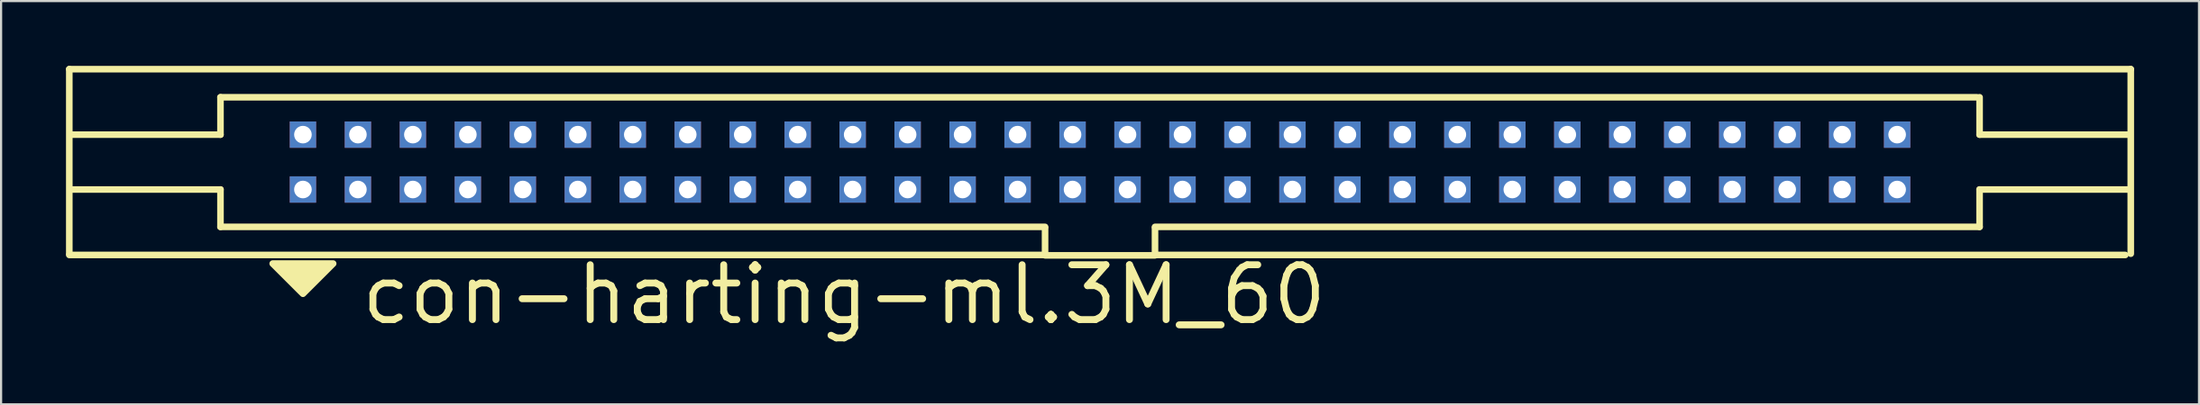
<source format=kicad_pcb>
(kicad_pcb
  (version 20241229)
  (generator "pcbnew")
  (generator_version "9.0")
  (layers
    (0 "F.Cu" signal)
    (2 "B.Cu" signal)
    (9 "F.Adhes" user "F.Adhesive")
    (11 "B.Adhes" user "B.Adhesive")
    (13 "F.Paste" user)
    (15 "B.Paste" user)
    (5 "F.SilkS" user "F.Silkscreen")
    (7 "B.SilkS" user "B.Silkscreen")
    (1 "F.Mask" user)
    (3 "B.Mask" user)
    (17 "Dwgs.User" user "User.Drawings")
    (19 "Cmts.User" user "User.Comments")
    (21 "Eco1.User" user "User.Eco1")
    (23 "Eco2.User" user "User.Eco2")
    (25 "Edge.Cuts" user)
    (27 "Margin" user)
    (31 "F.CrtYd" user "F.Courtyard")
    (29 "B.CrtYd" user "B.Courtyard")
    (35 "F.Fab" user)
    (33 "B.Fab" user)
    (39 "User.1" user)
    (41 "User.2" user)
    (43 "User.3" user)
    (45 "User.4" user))
  (footprint "con-harting-ml.3M_60"
    (layer "F.Cu")
    (at 47.777 4.452)
    (property "Reference" "con-harting-ml.3M_60" (at -34.29 7.62 0) (layer "F.SilkS") (effects (font (size 2.54 2.54) (thickness 0.32)) (justify left bottom)))
    (attr through_hole)
    (fp_line (start -47.625 -4.3) (end -47.625 4.242) (stroke (width 0.305) (type default)) (layer "F.SilkS"))
    (fp_line (start -47.625 4.3) (end -2.54 4.3) (stroke (width 0.305) (type default)) (layer "F.SilkS"))
    (fp_line (start -40.64 -1.27) (end -47.498 -1.27) (stroke (width 0.305) (type default)) (layer "F.SilkS"))
    (fp_line (start -40.64 -1.27) (end -40.64 -3) (stroke (width 0.305) (type default)) (layer "F.SilkS"))
    (fp_line (start -40.64 1.27) (end -47.498 1.27) (stroke (width 0.305) (type default)) (layer "F.SilkS"))
    (fp_line (start -40.64 3) (end -40.64 1.27) (stroke (width 0.305) (type default)) (layer "F.SilkS"))
    (fp_line (start -2.54 3) (end -40.64 3) (stroke (width 0.305) (type default)) (layer "F.SilkS"))
    (fp_line (start -2.54 4.3) (end -2.54 3.048) (stroke (width 0.305) (type default)) (layer "F.SilkS"))
    (fp_line (start -2.54 4.318) (end 2.54 4.318) (stroke (width 0.305) (type default)) (layer "F.SilkS"))
    (fp_line (start 2.54 3.048) (end 2.54 4.3) (stroke (width 0.305) (type default)) (layer "F.SilkS"))
    (fp_line (start 2.54 4.3) (end 47.371 4.3) (stroke (width 0.305) (type default)) (layer "F.SilkS"))
    (fp_line (start 40.513 -3) (end -40.64 -3) (stroke (width 0.305) (type default)) (layer "F.SilkS"))
    (fp_line (start 40.64 -1.27) (end 40.64 -3) (stroke (width 0.305) (type default)) (layer "F.SilkS"))
    (fp_line (start 40.64 -1.27) (end 47.498 -1.27) (stroke (width 0.305) (type default)) (layer "F.SilkS"))
    (fp_line (start 40.64 1.27) (end 47.498 1.27) (stroke (width 0.305) (type default)) (layer "F.SilkS"))
    (fp_line (start 40.64 3) (end 2.54 3) (stroke (width 0.305) (type default)) (layer "F.SilkS"))
    (fp_line (start 40.64 3) (end 40.64 1.27) (stroke (width 0.305) (type default)) (layer "F.SilkS"))
    (fp_line (start 47.625 -4.3) (end -47.625 -4.3) (stroke (width 0.305) (type default)) (layer "F.SilkS"))
    (fp_line (start 47.625 4.242) (end 47.625 -4.3) (stroke (width 0.305) (type default)) (layer "F.SilkS"))
    (fp_poly (pts (xy -38.227 4.699) (xy -35.433 4.699) (xy -36.83 6.096)) (stroke (width 0.305) (type default)) (fill yes) (layer "F.SilkS"))
    (pad "1" thru_hole rect (at -36.83 1.27) (size 1.219 1.219) (drill 0.813) (layers "*.Cu" "*.Mask"))
    (pad "2" thru_hole rect (at -36.83 -1.27) (size 1.219 1.219) (drill 0.813) (layers "*.Cu" "*.Mask"))
    (pad "3" thru_hole rect (at -34.29 1.27) (size 1.219 1.219) (drill 0.813) (layers "*.Cu" "*.Mask"))
    (pad "4" thru_hole rect (at -34.29 -1.27) (size 1.219 1.219) (drill 0.813) (layers "*.Cu" "*.Mask"))
    (pad "5" thru_hole rect (at -31.75 1.27) (size 1.219 1.219) (drill 0.813) (layers "*.Cu" "*.Mask"))
    (pad "6" thru_hole rect (at -31.75 -1.27) (size 1.219 1.219) (drill 0.813) (layers "*.Cu" "*.Mask"))
    (pad "7" thru_hole rect (at -29.21 1.27) (size 1.219 1.219) (drill 0.813) (layers "*.Cu" "*.Mask"))
    (pad "8" thru_hole rect (at -29.21 -1.27) (size 1.219 1.219) (drill 0.813) (layers "*.Cu" "*.Mask"))
    (pad "9" thru_hole rect (at -26.67 1.27) (size 1.219 1.219) (drill 0.813) (layers "*.Cu" "*.Mask"))
    (pad "10" thru_hole rect (at -26.67 -1.27) (size 1.219 1.219) (drill 0.813) (layers "*.Cu" "*.Mask"))
    (pad "11" thru_hole rect (at -24.13 1.27) (size 1.219 1.219) (drill 0.813) (layers "*.Cu" "*.Mask"))
    (pad "12" thru_hole rect (at -24.13 -1.27) (size 1.219 1.219) (drill 0.813) (layers "*.Cu" "*.Mask"))
    (pad "13" thru_hole rect (at -21.59 1.27) (size 1.219 1.219) (drill 0.813) (layers "*.Cu" "*.Mask"))
    (pad "14" thru_hole rect (at -21.59 -1.27) (size 1.219 1.219) (drill 0.813) (layers "*.Cu" "*.Mask"))
    (pad "15" thru_hole rect (at -19.05 1.27) (size 1.219 1.219) (drill 0.813) (layers "*.Cu" "*.Mask"))
    (pad "16" thru_hole rect (at -19.05 -1.27) (size 1.219 1.219) (drill 0.813) (layers "*.Cu" "*.Mask"))
    (pad "17" thru_hole rect (at -16.51 1.27) (size 1.219 1.219) (drill 0.813) (layers "*.Cu" "*.Mask"))
    (pad "18" thru_hole rect (at -16.51 -1.27) (size 1.219 1.219) (drill 0.813) (layers "*.Cu" "*.Mask"))
    (pad "19" thru_hole rect (at -13.97 1.27) (size 1.219 1.219) (drill 0.813) (layers "*.Cu" "*.Mask"))
    (pad "20" thru_hole rect (at -13.97 -1.27) (size 1.219 1.219) (drill 0.813) (layers "*.Cu" "*.Mask"))
    (pad "21" thru_hole rect (at -11.43 1.27) (size 1.219 1.219) (drill 0.813) (layers "*.Cu" "*.Mask"))
    (pad "22" thru_hole rect (at -11.43 -1.27) (size 1.219 1.219) (drill 0.813) (layers "*.Cu" "*.Mask"))
    (pad "23" thru_hole rect (at -8.89 1.27) (size 1.219 1.219) (drill 0.813) (layers "*.Cu" "*.Mask"))
    (pad "24" thru_hole rect (at -8.89 -1.27) (size 1.219 1.219) (drill 0.813) (layers "*.Cu" "*.Mask"))
    (pad "25" thru_hole rect (at -6.35 1.27) (size 1.219 1.219) (drill 0.813) (layers "*.Cu" "*.Mask"))
    (pad "26" thru_hole rect (at -6.35 -1.27) (size 1.219 1.219) (drill 0.813) (layers "*.Cu" "*.Mask"))
    (pad "27" thru_hole rect (at -3.81 1.27) (size 1.219 1.219) (drill 0.813) (layers "*.Cu" "*.Mask"))
    (pad "28" thru_hole rect (at -3.81 -1.27) (size 1.219 1.219) (drill 0.813) (layers "*.Cu" "*.Mask"))
    (pad "29" thru_hole rect (at -1.27 1.27) (size 1.219 1.219) (drill 0.813) (layers "*.Cu" "*.Mask"))
    (pad "30" thru_hole rect (at -1.27 -1.27) (size 1.219 1.219) (drill 0.813) (layers "*.Cu" "*.Mask"))
    (pad "31" thru_hole rect (at 1.27 1.27) (size 1.219 1.219) (drill 0.813) (layers "*.Cu" "*.Mask"))
    (pad "32" thru_hole rect (at 1.27 -1.27) (size 1.219 1.219) (drill 0.813) (layers "*.Cu" "*.Mask"))
    (pad "33" thru_hole rect (at 3.81 1.27) (size 1.219 1.219) (drill 0.813) (layers "*.Cu" "*.Mask"))
    (pad "34" thru_hole rect (at 3.81 -1.27) (size 1.219 1.219) (drill 0.813) (layers "*.Cu" "*.Mask"))
    (pad "35" thru_hole rect (at 6.35 1.27) (size 1.219 1.219) (drill 0.813) (layers "*.Cu" "*.Mask"))
    (pad "36" thru_hole rect (at 6.35 -1.27) (size 1.219 1.219) (drill 0.813) (layers "*.Cu" "*.Mask"))
    (pad "37" thru_hole rect (at 8.89 1.27) (size 1.219 1.219) (drill 0.813) (layers "*.Cu" "*.Mask"))
    (pad "38" thru_hole rect (at 8.89 -1.27) (size 1.219 1.219) (drill 0.813) (layers "*.Cu" "*.Mask"))
    (pad "39" thru_hole rect (at 11.43 1.27) (size 1.219 1.219) (drill 0.813) (layers "*.Cu" "*.Mask"))
    (pad "40" thru_hole rect (at 11.43 -1.27) (size 1.219 1.219) (drill 0.813) (layers "*.Cu" "*.Mask"))
    (pad "41" thru_hole rect (at 13.97 1.27) (size 1.219 1.219) (drill 0.813) (layers "*.Cu" "*.Mask"))
    (pad "42" thru_hole rect (at 13.97 -1.27) (size 1.219 1.219) (drill 0.813) (layers "*.Cu" "*.Mask"))
    (pad "43" thru_hole rect (at 16.51 1.27) (size 1.219 1.219) (drill 0.813) (layers "*.Cu" "*.Mask"))
    (pad "44" thru_hole rect (at 16.51 -1.27) (size 1.219 1.219) (drill 0.813) (layers "*.Cu" "*.Mask"))
    (pad "45" thru_hole rect (at 19.05 1.27) (size 1.219 1.219) (drill 0.813) (layers "*.Cu" "*.Mask"))
    (pad "46" thru_hole rect (at 19.05 -1.27) (size 1.219 1.219) (drill 0.813) (layers "*.Cu" "*.Mask"))
    (pad "47" thru_hole rect (at 21.59 1.27) (size 1.219 1.219) (drill 0.813) (layers "*.Cu" "*.Mask"))
    (pad "48" thru_hole rect (at 21.59 -1.27) (size 1.219 1.219) (drill 0.813) (layers "*.Cu" "*.Mask"))
    (pad "49" thru_hole rect (at 24.13 1.27) (size 1.219 1.219) (drill 0.813) (layers "*.Cu" "*.Mask"))
    (pad "50" thru_hole rect (at 24.13 -1.27) (size 1.219 1.219) (drill 0.813) (layers "*.Cu" "*.Mask"))
    (pad "51" thru_hole rect (at 26.67 1.27) (size 1.219 1.219) (drill 0.813) (layers "*.Cu" "*.Mask"))
    (pad "52" thru_hole rect (at 26.67 -1.27) (size 1.219 1.219) (drill 0.813) (layers "*.Cu" "*.Mask"))
    (pad "53" thru_hole rect (at 29.21 1.27) (size 1.219 1.219) (drill 0.813) (layers "*.Cu" "*.Mask"))
    (pad "54" thru_hole rect (at 29.21 -1.27) (size 1.219 1.219) (drill 0.813) (layers "*.Cu" "*.Mask"))
    (pad "55" thru_hole rect (at 31.75 1.27) (size 1.219 1.219) (drill 0.813) (layers "*.Cu" "*.Mask"))
    (pad "56" thru_hole rect (at 31.75 -1.27) (size 1.219 1.219) (drill 0.813) (layers "*.Cu" "*.Mask"))
    (pad "57" thru_hole rect (at 34.29 1.27) (size 1.219 1.219) (drill 0.813) (layers "*.Cu" "*.Mask"))
    (pad "58" thru_hole rect (at 34.29 -1.27) (size 1.219 1.219) (drill 0.813) (layers "*.Cu" "*.Mask"))
    (pad "59" thru_hole rect (at 36.83 1.27) (size 1.219 1.219) (drill 0.813) (layers "*.Cu" "*.Mask"))
    (pad "60" thru_hole rect (at 36.83 -1.27) (size 1.219 1.219) (drill 0.813) (layers "*.Cu" "*.Mask")))
  (gr_rect
    (start -3 -3)
    (end 98.555 15.667)
    (stroke (width 0.1) (type default))
    (fill no)
    (layer "Edge.Cuts")))
</source>
